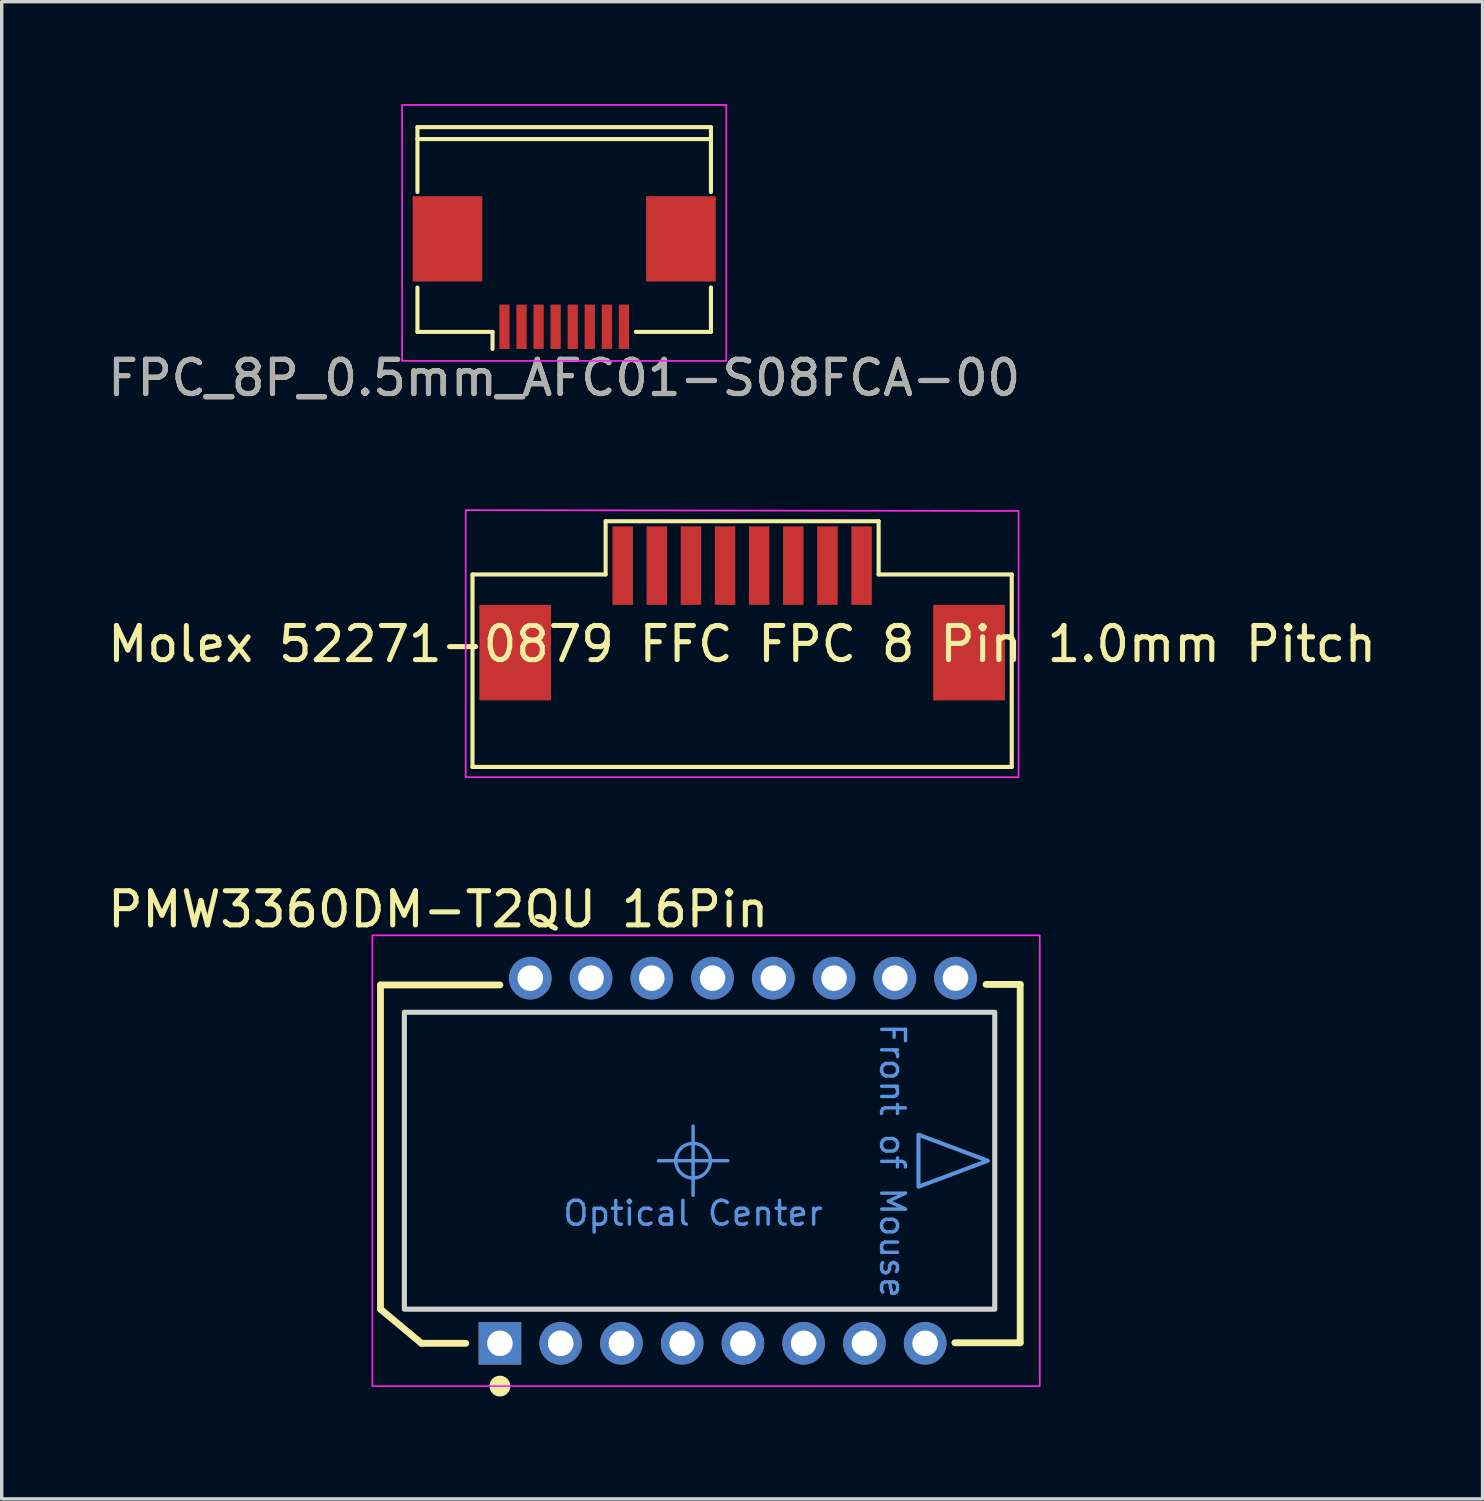
<source format=kicad_pcb>
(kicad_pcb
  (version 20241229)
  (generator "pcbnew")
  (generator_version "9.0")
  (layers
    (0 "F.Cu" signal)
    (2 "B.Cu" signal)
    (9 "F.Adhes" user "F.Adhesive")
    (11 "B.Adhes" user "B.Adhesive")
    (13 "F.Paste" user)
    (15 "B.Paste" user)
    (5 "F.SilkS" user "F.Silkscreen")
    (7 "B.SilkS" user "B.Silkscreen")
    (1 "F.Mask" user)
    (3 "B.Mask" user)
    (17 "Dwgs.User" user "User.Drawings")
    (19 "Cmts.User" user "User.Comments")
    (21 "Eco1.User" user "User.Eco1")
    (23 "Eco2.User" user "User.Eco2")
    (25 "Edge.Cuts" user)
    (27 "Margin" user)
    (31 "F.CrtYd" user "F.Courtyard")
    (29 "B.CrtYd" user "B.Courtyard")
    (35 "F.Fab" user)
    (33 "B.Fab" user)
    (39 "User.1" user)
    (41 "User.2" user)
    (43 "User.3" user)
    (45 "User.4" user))
  (footprint "FPC_8P_0.5mm_AFC01-S08FCA-00"
    (layer "F.Cu")
    (at 13.482 3.525)
    (property "Reference" "FPC_8P_0.5mm_AFC01-S08FCA-00" (at 0 4.5 0) (unlocked yes) (layer "F.SilkS") (effects (font (size 1 1) (thickness 0.15))))
    (attr smd)
    (fp_line (start -4.3 -2.85) (end -4.3 -0.95) (stroke (width 0.12) (type solid)) (layer "F.SilkS"))
    (fp_line (start -4.3 -2.85) (end 4.3 -2.85) (stroke (width 0.12) (type solid)) (layer "F.SilkS"))
    (fp_line (start -4.3 1.85) (end -4.3 3.15) (stroke (width 0.12) (type solid)) (layer "F.SilkS"))
    (fp_line (start -4.3 3.15) (end -2.1 3.15) (stroke (width 0.12) (type solid)) (layer "F.SilkS"))
    (fp_line (start -2.1 3.15) (end -2.1 3.65) (stroke (width 0.12) (type solid)) (layer "F.SilkS"))
    (fp_line (start 4.3 -2.85) (end 4.3 -0.95) (stroke (width 0.12) (type solid)) (layer "F.SilkS"))
    (fp_line (start 4.3 -2.5) (end -4.3 -2.5) (stroke (width 0.12) (type solid)) (layer "F.SilkS"))
    (fp_line (start 4.3 1.85) (end 4.3 3.15) (stroke (width 0.12) (type solid)) (layer "F.SilkS"))
    (fp_line (start 4.3 3.15) (end 2.1 3.15) (stroke (width 0.12) (type solid)) (layer "F.SilkS"))
    (fp_rect (start -4.75 -3.5) (end 4.75 4) (stroke (width 0.05) (type solid)) (fill no) (layer "F.CrtYd"))
    (fp_text user "${REFERENCE}" (at 0 4.5 0) (unlocked yes) (layer "F.Fab") (effects (font (size 1 1) (thickness 0.15))))
    (pad "1" smd rect (at -1.75 3) (size 0.3 1.3) (layers "F.Cu" "F.Mask" "F.Paste"))
    (pad "2" smd rect (at -1.25 3) (size 0.3 1.3) (layers "F.Cu" "F.Mask" "F.Paste"))
    (pad "3" smd rect (at -0.75 3) (size 0.3 1.3) (layers "F.Cu" "F.Mask" "F.Paste"))
    (pad "4" smd rect (at -0.25 3) (size 0.3 1.3) (layers "F.Cu" "F.Mask" "F.Paste"))
    (pad "5" smd rect (at 0.25 3) (size 0.3 1.3) (layers "F.Cu" "F.Mask" "F.Paste"))
    (pad "6" smd rect (at 0.75 3) (size 0.3 1.3) (layers "F.Cu" "F.Mask" "F.Paste"))
    (pad "7" smd rect (at 1.25 3) (size 0.3 1.3) (layers "F.Cu" "F.Mask" "F.Paste"))
    (pad "8" smd rect (at 1.75 3) (size 0.3 1.3) (layers "F.Cu" "F.Mask" "F.Paste"))
    (pad "EP" smd rect (at -3.42 0.425) (size 2.04 2.5) (layers "F.Cu" "F.Mask" "F.Paste"))
    (pad "EP" smd rect (at 3.42 0.425) (size 2.04 2.5) (layers "F.Cu" "F.Mask" "F.Paste")))
  (footprint "Molex 52271-0879 FFC FPC 8 Pin 1.0mm Pitch"
    (layer "F.Cu")
    (at 18.696 13.723)
    (property "Reference" "Molex 52271-0879 FFC FPC 8 Pin 1.0mm Pitch" (at 0 2.1 0) (layer "F.SilkS") (effects (font (size 1 1) (thickness 0.15))))
    (attr smd)
    (fp_line (start -7.9 0.06) (end -4 0.06) (stroke (width 0.12) (type solid)) (layer "F.SilkS"))
    (fp_line (start -7.9 5.7) (end -7.9 0.06) (stroke (width 0.12) (type solid)) (layer "F.SilkS"))
    (fp_line (start -4 -1.5) (end 4 -1.5) (stroke (width 0.12) (type solid)) (layer "F.SilkS"))
    (fp_line (start -4 0.06) (end -4 -1.5) (stroke (width 0.12) (type solid)) (layer "F.SilkS"))
    (fp_line (start 4 0.06) (end 4 -1.5) (stroke (width 0.12) (type solid)) (layer "F.SilkS"))
    (fp_line (start 7.9 0.06) (end 4 0.06) (stroke (width 0.12) (type solid)) (layer "F.SilkS"))
    (fp_line (start 7.9 5.7) (end -7.9 5.7) (stroke (width 0.12) (type solid)) (layer "F.SilkS"))
    (fp_line (start 7.9 5.7) (end 7.9 0.06) (stroke (width 0.12) (type solid)) (layer "F.SilkS"))
    (fp_line (start -8.1 -1.825) (end -8.1 6) (stroke (width 0.05) (type solid)) (layer "F.CrtYd"))
    (fp_line (start -8.1 -1.825) (end 8.1 -1.8) (stroke (width 0.05) (type solid)) (layer "F.CrtYd"))
    (fp_line (start -8.1 6) (end 8.1 6) (stroke (width 0.05) (type solid)) (layer "F.CrtYd"))
    (fp_line (start 8.1 -1.8) (end 8.1 6) (stroke (width 0.05) (type solid)) (layer "F.CrtYd"))
    (pad "0" smd rect (at -6.65 2.35) (size 2.1 2.8) (layers "F.Cu" "F.Mask" "F.Paste"))
    (pad "0" smd rect (at 6.65 2.35) (size 2.1 2.8) (layers "F.Cu" "F.Mask" "F.Paste"))
    (pad "1" smd rect (at -3.5 0) (size 0.6 2.3) (drill (offset 0 -0.2)) (layers "F.Cu" "F.Mask" "F.Paste"))
    (pad "2" smd rect (at -2.5 0) (size 0.6 2.3) (drill (offset 0 -0.2)) (layers "F.Cu" "F.Mask" "F.Paste"))
    (pad "3" smd rect (at -1.5 0) (size 0.6 2.3) (drill (offset 0 -0.2)) (layers "F.Cu" "F.Mask" "F.Paste"))
    (pad "4" smd rect (at -0.5 0) (size 0.6 2.3) (drill (offset 0 -0.2)) (layers "F.Cu" "F.Mask" "F.Paste"))
    (pad "5" smd rect (at 0.5 0) (size 0.6 2.3) (drill (offset 0 -0.2)) (layers "F.Cu" "F.Mask" "F.Paste"))
    (pad "6" smd rect (at 1.5 0) (size 0.6 2.3) (drill (offset 0 -0.2)) (layers "F.Cu" "F.Mask" "F.Paste"))
    (pad "7" smd rect (at 2.5 0) (size 0.6 2.3) (drill (offset 0 -0.2)) (layers "F.Cu" "F.Mask" "F.Paste"))
    (pad "8" smd rect (at 3.5 0) (size 0.6 2.3) (drill (offset 0 -0.2)) (layers "F.Cu" "F.Mask" "F.Paste")))
  (footprint "PMW3360DM-T2QU 16Pin"
    (layer "F.Cu")
    (at 17.767 30.962)
    (property "Reference" "PMW3360DM-T2QU 16Pin" (at -7.976 -7.366 0) (layer "F.SilkS") (effects (font (size 1 1) (thickness 0.15))))
    (attr through_hole)
    (fp_line (start -9.668 -5.15) (end -6.168 -5.15) (stroke (width 0.2) (type solid)) (layer "F.SilkS"))
    (fp_line (start -9.668 4.35) (end -9.668 -5.15) (stroke (width 0.2) (type solid)) (layer "F.SilkS"))
    (fp_line (start -8.468 5.35) (end -9.668 4.35) (stroke (width 0.2) (type solid)) (layer "F.SilkS"))
    (fp_line (start -7.168 5.35) (end -8.468 5.35) (stroke (width 0.2) (type solid)) (layer "F.SilkS"))
    (fp_line (start 9.077 -5.166) (end 8.077 -5.166) (stroke (width 0.2) (type solid)) (layer "F.SilkS"))
    (fp_line (start 9.077 -5.166) (end 9.077 5.334) (stroke (width 0.2) (type solid)) (layer "F.SilkS"))
    (fp_line (start 9.077 5.334) (end 7.163 5.334) (stroke (width 0.2) (type solid)) (layer "F.SilkS"))
    (fp_circle (center -6.168 6.604) (end -6.168 6.604) (stroke (width 0.61) (type solid)) (fill yes) (layer "F.SilkS"))
    (fp_line (start -1.524 0) (end 0.508 0) (stroke (width 0.1) (type solid)) (layer "Cmts.User"))
    (fp_line (start -0.508 -1.016) (end -0.508 1.016) (stroke (width 0.1) (type solid)) (layer "Cmts.User"))
    (fp_circle (center -0.508 0) (end 0 0) (stroke (width 0.1) (type solid)) (fill no) (layer "Cmts.User"))
    (fp_poly (pts (xy 8.128 0) (xy 6.096 0.762) (xy 6.096 -0.762)) (stroke (width 0.12) (type solid)) (fill no) (layer "Cmts.User"))
    (fp_rect (start -8.968 4.35) (end 8.332 -4.35) (stroke (width 0.15) (type solid)) (fill no) (layer "Edge.Cuts"))
    (fp_rect (start -9.906 -6.604) (end 9.652 6.604) (stroke (width 0.05) (type solid)) (fill no) (layer "F.CrtYd"))
    (fp_text user "Optical Center" (at -0.508 1.54 0) (unlocked yes) (layer "Cmts.User") (effects (font (size 0.7 0.7) (thickness 0.1))))
    (fp_text user "Front of Mouse" (at 5.334 0 270) (unlocked yes) (layer "Cmts.User") (effects (font (size 0.7 0.7) (thickness 0.1))))
    (pad "1" thru_hole rect (at -6.168 5.35) (size 1.25 1.25) (drill 0.75) (layers "*.Cu" "*.Mask"))
    (pad "2" thru_hole oval (at -4.388 5.35) (size 1.25 1.25) (drill 0.75) (layers "*.Cu" "*.Mask"))
    (pad "3" thru_hole oval (at -2.608 5.35) (size 1.25 1.25) (drill 0.75) (layers "*.Cu" "*.Mask"))
    (pad "4" thru_hole oval (at -0.828 5.35) (size 1.25 1.25) (drill 0.75) (layers "*.Cu" "*.Mask"))
    (pad "5" thru_hole oval (at 0.952 5.35) (size 1.25 1.25) (drill 0.75) (layers "*.Cu" "*.Mask"))
    (pad "6" thru_hole oval (at 2.732 5.35) (size 1.25 1.25) (drill 0.75) (layers "*.Cu" "*.Mask"))
    (pad "7" thru_hole oval (at 4.512 5.35) (size 1.25 1.25) (drill 0.75) (layers "*.Cu" "*.Mask"))
    (pad "8" thru_hole oval (at 6.292 5.35) (size 1.25 1.25) (drill 0.75) (layers "*.Cu" "*.Mask"))
    (pad "9" thru_hole oval (at 7.182 -5.35) (size 1.25 1.25) (drill 0.75) (layers "*.Cu" "*.Mask"))
    (pad "10" thru_hole oval (at 5.402 -5.35) (size 1.25 1.25) (drill 0.75) (layers "*.Cu" "*.Mask"))
    (pad "11" thru_hole oval (at 3.622 -5.35) (size 1.25 1.25) (drill 0.75) (layers "*.Cu" "*.Mask"))
    (pad "12" thru_hole oval (at 1.842 -5.35) (size 1.25 1.25) (drill 0.75) (layers "*.Cu" "*.Mask"))
    (pad "13" thru_hole oval (at 0.062 -5.35) (size 1.25 1.25) (drill 0.75) (layers "*.Cu" "*.Mask"))
    (pad "14" thru_hole oval (at -1.718 -5.35) (size 1.25 1.25) (drill 0.75) (layers "*.Cu" "*.Mask"))
    (pad "15" thru_hole oval (at -3.498 -5.35) (size 1.25 1.25) (drill 0.75) (layers "*.Cu" "*.Mask"))
    (pad "16" thru_hole oval (at -5.278 -5.35) (size 1.25 1.25) (drill 0.75) (layers "*.Cu" "*.Mask"))
    (zone (net_name "") (layers "F.Cu" "B.Cu" "F.CrtYd") (hatch edge 0.508) (connect_pads) (min_thickness 0.254) (filled_areas_thickness no) (keepout (tracks not_allowed) (vias not_allowed) (pads not_allowed) (copperpour not_allowed) (footprints not_allowed)) (placement (enabled no)) (fill) (polygon (pts (xy 26.098 35.331) (xy 8.776 35.281) (xy 8.776 26.594) (xy 26.098 26.594)))))
  (gr_rect
    (start -3 -3)
    (end 40.393 40.872)
    (stroke (width 0.1) (type default))
    (fill no)
    (layer "Edge.Cuts")))
</source>
